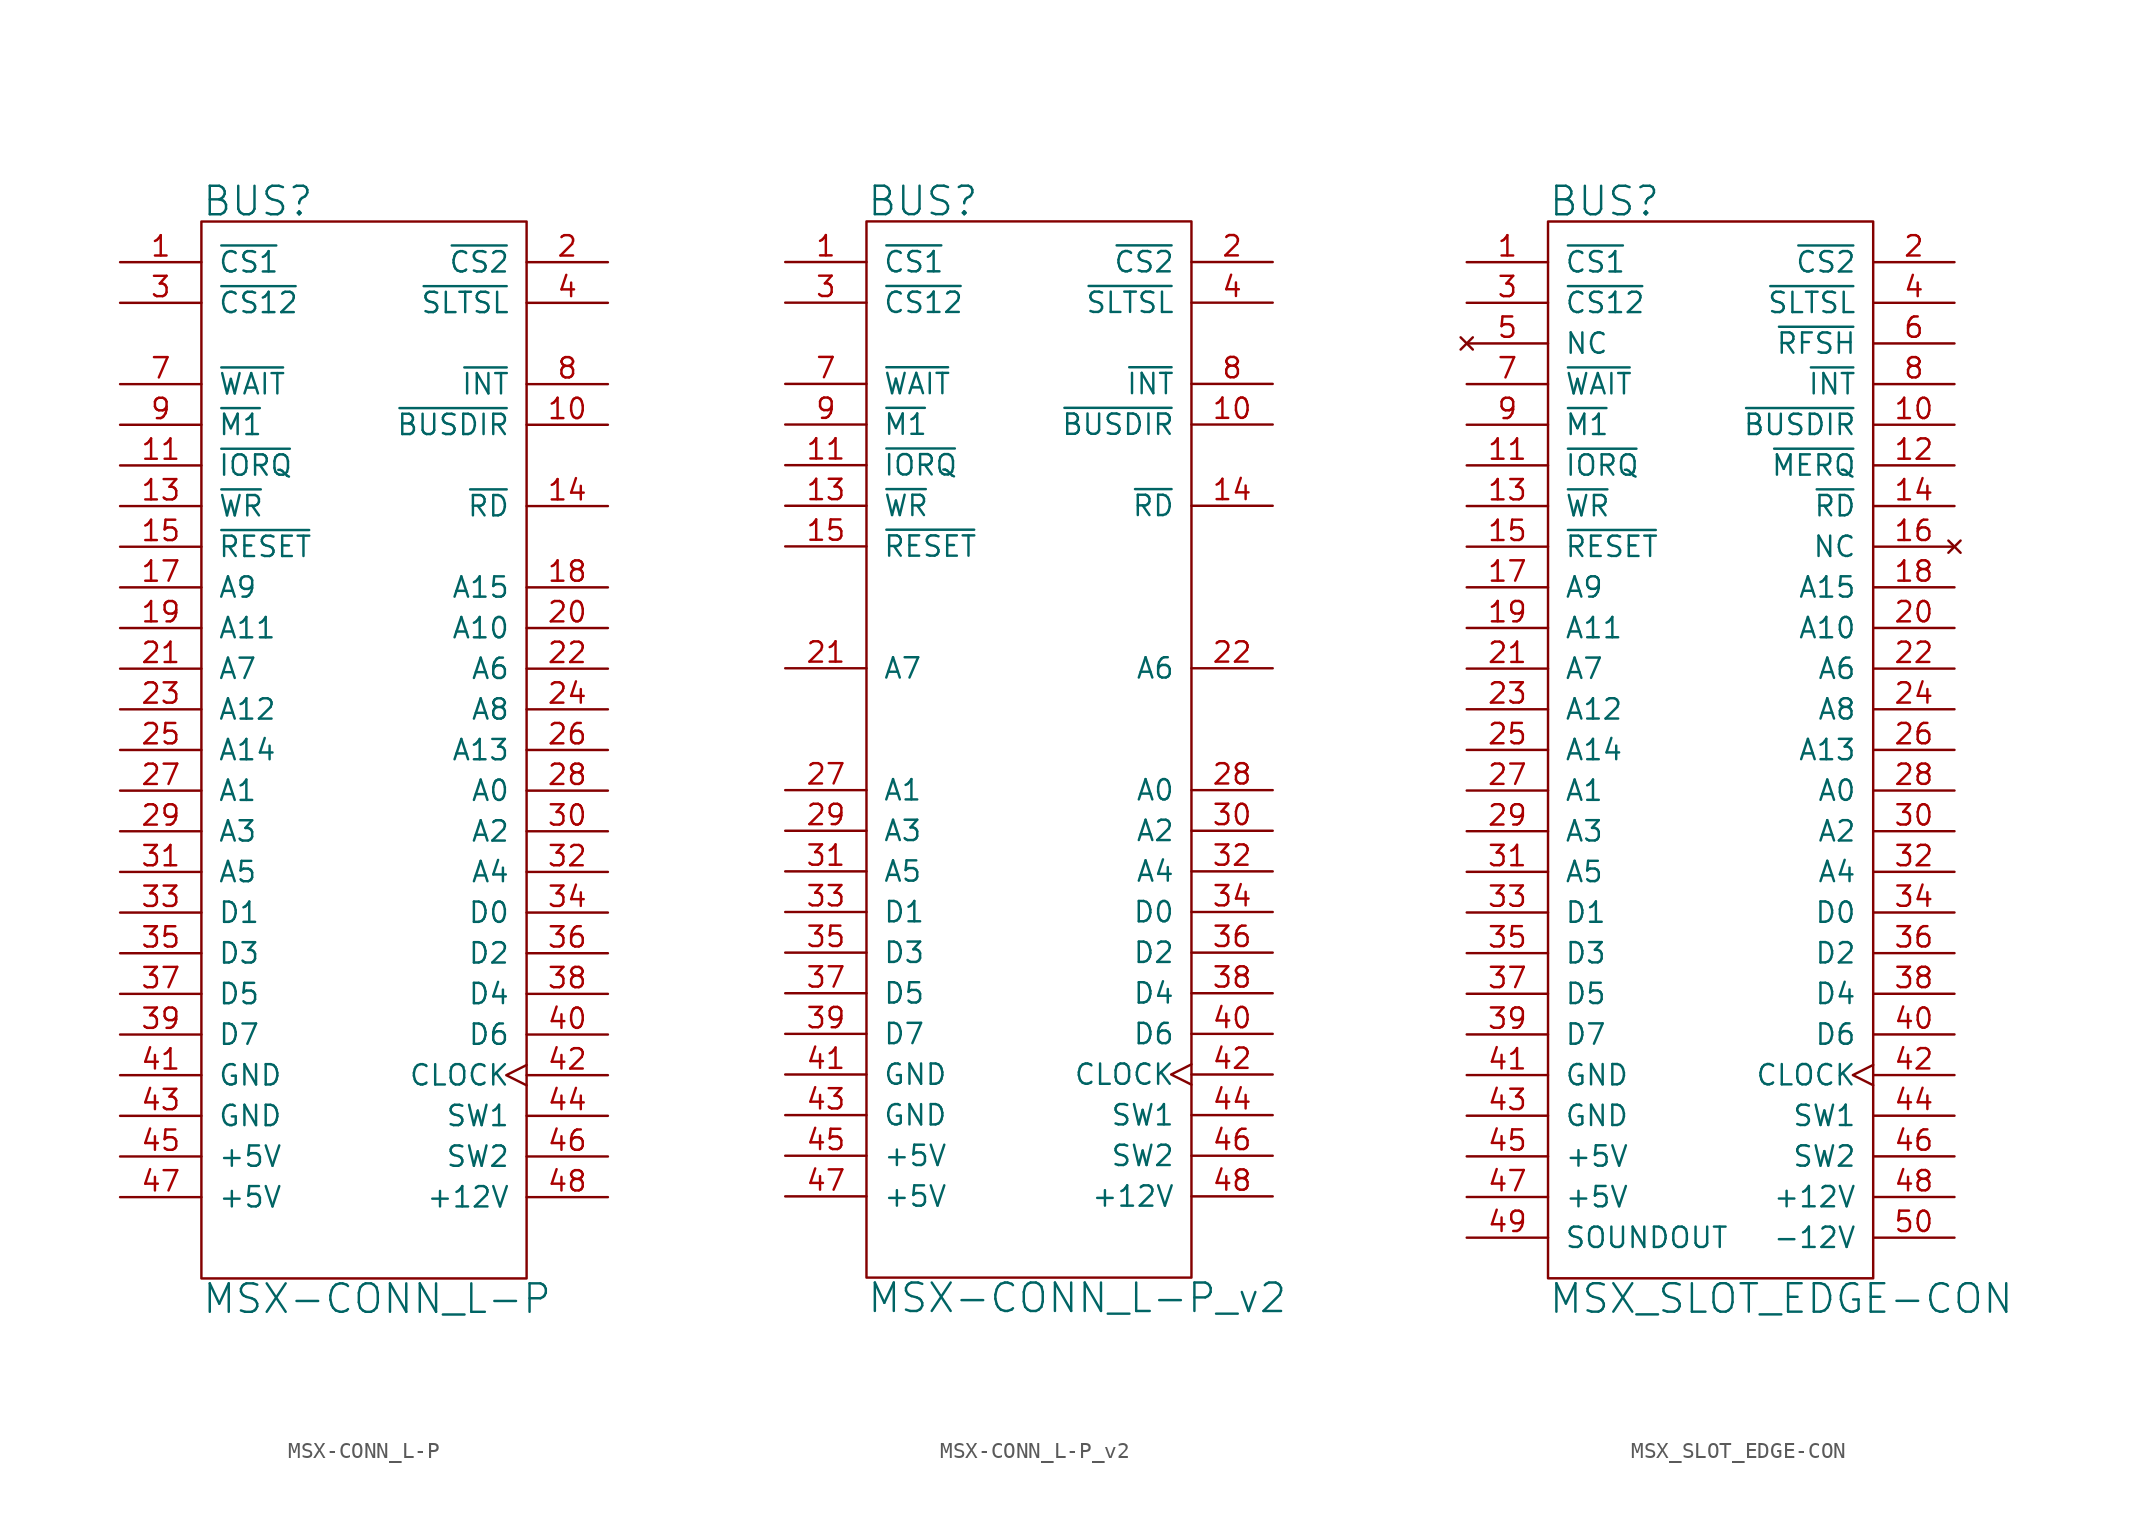
<source format=kicad_sym>
(kicad_symbol_lib
  (version 20211014)
  (generator kicad_symbol_editor)
  (symbol "MSX-CONN_L-P"
    (pin_names
      (offset 1.016))
    (property "Reference" "BUS"
      (at -10.16 34.29 0)
      (effects (font (size 1.778 1.778)) (justify left)))
    (property "Value" "MSX-CONN_L-P"
      (at -10.16 -34.29 0)
      (effects (font (size 1.778 1.778)) (justify left)))
    (symbol "MSX-CONN_L-P_0_1"
      (rectangle (start -10.16 -33.02) (end 10.16 33.02) (stroke (width 0) (type default) (color 0 0 0 0)) (fill (type none))))
    (symbol "MSX-CONN_L-P_1_1"
      (pin output line (at -15.24 30.48 0) (length 5.08) (name "~{CS1}" (effects (font (size 1.27 1.27)))) (number "1" (effects (font (size 1.27 1.27)))))
      (pin output line (at 15.24 20.32 180) (length 5.08) (name "~{BUSDIR}" (effects (font (size 1.27 1.27)))) (number "10" (effects (font (size 1.27 1.27)))))
      (pin output line (at -15.24 17.78 0) (length 5.08) (name "~{IORQ}" (effects (font (size 1.27 1.27)))) (number "11" (effects (font (size 1.27 1.27)))))
      (pin output line (at -15.24 15.24 0) (length 5.08) (name "~{WR}" (effects (font (size 1.27 1.27)))) (number "13" (effects (font (size 1.27 1.27)))))
      (pin output line (at 15.24 15.24 180) (length 5.08) (name "~{RD}" (effects (font (size 1.27 1.27)))) (number "14" (effects (font (size 1.27 1.27)))))
      (pin output line (at -15.24 12.7 0) (length 5.08) (name "~{RESET}" (effects (font (size 1.27 1.27)))) (number "15" (effects (font (size 1.27 1.27)))))
      (pin output line (at -15.24 10.16 0) (length 5.08) (name "A9" (effects (font (size 1.27 1.27)))) (number "17" (effects (font (size 1.27 1.27)))))
      (pin output line (at 15.24 10.16 180) (length 5.08) (name "A15" (effects (font (size 1.27 1.27)))) (number "18" (effects (font (size 1.27 1.27)))))
      (pin output line (at -15.24 7.62 0) (length 5.08) (name "A11" (effects (font (size 1.27 1.27)))) (number "19" (effects (font (size 1.27 1.27)))))
      (pin output line (at 15.24 30.48 180) (length 5.08) (name "~{CS2}" (effects (font (size 1.27 1.27)))) (number "2" (effects (font (size 1.27 1.27)))))
      (pin output line (at 15.24 7.62 180) (length 5.08) (name "A10" (effects (font (size 1.27 1.27)))) (number "20" (effects (font (size 1.27 1.27)))))
      (pin output line (at -15.24 5.08 0) (length 5.08) (name "A7" (effects (font (size 1.27 1.27)))) (number "21" (effects (font (size 1.27 1.27)))))
      (pin output line (at 15.24 5.08 180) (length 5.08) (name "A6" (effects (font (size 1.27 1.27)))) (number "22" (effects (font (size 1.27 1.27)))))
      (pin output line (at -15.24 2.54 0) (length 5.08) (name "A12" (effects (font (size 1.27 1.27)))) (number "23" (effects (font (size 1.27 1.27)))))
      (pin output line (at 15.24 2.54 180) (length 5.08) (name "A8" (effects (font (size 1.27 1.27)))) (number "24" (effects (font (size 1.27 1.27)))))
      (pin output line (at -15.24 0 0) (length 5.08) (name "A14" (effects (font (size 1.27 1.27)))) (number "25" (effects (font (size 1.27 1.27)))))
      (pin output line (at 15.24 0 180) (length 5.08) (name "A13" (effects (font (size 1.27 1.27)))) (number "26" (effects (font (size 1.27 1.27)))))
      (pin output line (at -15.24 -2.54 0) (length 5.08) (name "A1" (effects (font (size 1.27 1.27)))) (number "27" (effects (font (size 1.27 1.27)))))
      (pin output line (at 15.24 -2.54 180) (length 5.08) (name "A0" (effects (font (size 1.27 1.27)))) (number "28" (effects (font (size 1.27 1.27)))))
      (pin output line (at -15.24 -5.08 0) (length 5.08) (name "A3" (effects (font (size 1.27 1.27)))) (number "29" (effects (font (size 1.27 1.27)))))
      (pin output line (at -15.24 27.94 0) (length 5.08) (name "~{CS12}" (effects (font (size 1.27 1.27)))) (number "3" (effects (font (size 1.27 1.27)))))
      (pin output line (at 15.24 -5.08 180) (length 5.08) (name "A2" (effects (font (size 1.27 1.27)))) (number "30" (effects (font (size 1.27 1.27)))))
      (pin output line (at -15.24 -7.62 0) (length 5.08) (name "A5" (effects (font (size 1.27 1.27)))) (number "31" (effects (font (size 1.27 1.27)))))
      (pin output line (at 15.24 -7.62 180) (length 5.08) (name "A4" (effects (font (size 1.27 1.27)))) (number "32" (effects (font (size 1.27 1.27)))))
      (pin tri_state line (at -15.24 -10.16 0) (length 5.08) (name "D1" (effects (font (size 1.27 1.27)))) (number "33" (effects (font (size 1.27 1.27)))))
      (pin tri_state line (at 15.24 -10.16 180) (length 5.08) (name "D0" (effects (font (size 1.27 1.27)))) (number "34" (effects (font (size 1.27 1.27)))))
      (pin tri_state line (at -15.24 -12.7 0) (length 5.08) (name "D3" (effects (font (size 1.27 1.27)))) (number "35" (effects (font (size 1.27 1.27)))))
      (pin tri_state line (at 15.24 -12.7 180) (length 5.08) (name "D2~{}" (effects (font (size 1.27 1.27)))) (number "36" (effects (font (size 1.27 1.27)))))
      (pin tri_state line (at -15.24 -15.24 0) (length 5.08) (name "D5" (effects (font (size 1.27 1.27)))) (number "37" (effects (font (size 1.27 1.27)))))
      (pin tri_state line (at 15.24 -15.24 180) (length 5.08) (name "D4" (effects (font (size 1.27 1.27)))) (number "38" (effects (font (size 1.27 1.27)))))
      (pin tri_state line (at -15.24 -17.78 0) (length 5.08) (name "D7" (effects (font (size 1.27 1.27)))) (number "39" (effects (font (size 1.27 1.27)))))
      (pin output line (at 15.24 27.94 180) (length 5.08) (name "~{SLTSL}" (effects (font (size 1.27 1.27)))) (number "4" (effects (font (size 1.27 1.27)))))
      (pin tri_state line (at 15.24 -17.78 180) (length 5.08) (name "D6" (effects (font (size 1.27 1.27)))) (number "40" (effects (font (size 1.27 1.27)))))
      (pin power_in line (at -15.24 -20.32 0) (length 5.08) (name "GND" (effects (font (size 1.27 1.27)))) (number "41" (effects (font (size 1.27 1.27)))))
      (pin output clock (at 15.24 -20.32 180) (length 5.08) (name "CLOCK" (effects (font (size 1.27 1.27)))) (number "42" (effects (font (size 1.27 1.27)))))
      (pin power_in line (at -15.24 -22.86 0) (length 5.08) (name "GND" (effects (font (size 1.27 1.27)))) (number "43" (effects (font (size 1.27 1.27)))))
      (pin passive line (at 15.24 -22.86 180) (length 5.08) (name "SW1" (effects (font (size 1.27 1.27)))) (number "44" (effects (font (size 1.27 1.27)))))
      (pin power_in line (at -15.24 -25.4 0) (length 5.08) (name "+5V" (effects (font (size 1.27 1.27)))) (number "45" (effects (font (size 1.27 1.27)))))
      (pin passive line (at 15.24 -25.4 180) (length 5.08) (name "SW2" (effects (font (size 1.27 1.27)))) (number "46" (effects (font (size 1.27 1.27)))))
      (pin power_in line (at -15.24 -27.94 0) (length 5.08) (name "+5V" (effects (font (size 1.27 1.27)))) (number "47" (effects (font (size 1.27 1.27)))))
      (pin power_in line (at 15.24 -27.94 180) (length 5.08) (name "+12V" (effects (font (size 1.27 1.27)))) (number "48" (effects (font (size 1.27 1.27)))))
      (pin input line (at -15.24 22.86 0) (length 5.08) (name "~{WAIT}" (effects (font (size 1.27 1.27)))) (number "7" (effects (font (size 1.27 1.27)))))
      (pin open_collector line (at 15.24 22.86 180) (length 5.08) (name "~{INT}" (effects (font (size 1.27 1.27)))) (number "8" (effects (font (size 1.27 1.27)))))
      (pin output line (at -15.24 20.32 0) (length 5.08) (name "~{M1}" (effects (font (size 1.27 1.27)))) (number "9" (effects (font (size 1.27 1.27)))))))
  (symbol "MSX-CONN_L-P_v2"
    (pin_names
      (offset 1.016))
    (property "Reference" "BUS"
      (at -10.16 34.29 0)
      (effects (font (size 1.778 1.778)) (justify left)))
    (property "Value" "MSX-CONN_L-P_v2"
      (at -10.16 -34.29 0)
      (effects (font (size 1.778 1.778)) (justify left)))
    (symbol "MSX-CONN_L-P_v2_0_1"
      (rectangle (start -10.16 -33.02) (end 10.16 33.02) (stroke (width 0) (type default) (color 0 0 0 0)) (fill (type none))))
    (symbol "MSX-CONN_L-P_v2_1_1"
      (pin output line (at -15.24 30.48 0) (length 5.08) (name "~{CS1}" (effects (font (size 1.27 1.27)))) (number "1" (effects (font (size 1.27 1.27)))))
      (pin output line (at 15.24 20.32 180) (length 5.08) (name "~{BUSDIR}" (effects (font (size 1.27 1.27)))) (number "10" (effects (font (size 1.27 1.27)))))
      (pin output line (at -15.24 17.78 0) (length 5.08) (name "~{IORQ}" (effects (font (size 1.27 1.27)))) (number "11" (effects (font (size 1.27 1.27)))))
      (pin output line (at -15.24 15.24 0) (length 5.08) (name "~{WR}" (effects (font (size 1.27 1.27)))) (number "13" (effects (font (size 1.27 1.27)))))
      (pin output line (at 15.24 15.24 180) (length 5.08) (name "~{RD}" (effects (font (size 1.27 1.27)))) (number "14" (effects (font (size 1.27 1.27)))))
      (pin output line (at -15.24 12.7 0) (length 5.08) (name "~{RESET}" (effects (font (size 1.27 1.27)))) (number "15" (effects (font (size 1.27 1.27)))))
      (pin output line (at 15.24 30.48 180) (length 5.08) (name "~{CS2}" (effects (font (size 1.27 1.27)))) (number "2" (effects (font (size 1.27 1.27)))))
      (pin output line (at -15.24 5.08 0) (length 5.08) (name "A7" (effects (font (size 1.27 1.27)))) (number "21" (effects (font (size 1.27 1.27)))))
      (pin output line (at 15.24 5.08 180) (length 5.08) (name "A6" (effects (font (size 1.27 1.27)))) (number "22" (effects (font (size 1.27 1.27)))))
      (pin output line (at -15.24 -2.54 0) (length 5.08) (name "A1" (effects (font (size 1.27 1.27)))) (number "27" (effects (font (size 1.27 1.27)))))
      (pin output line (at 15.24 -2.54 180) (length 5.08) (name "A0" (effects (font (size 1.27 1.27)))) (number "28" (effects (font (size 1.27 1.27)))))
      (pin output line (at -15.24 -5.08 0) (length 5.08) (name "A3" (effects (font (size 1.27 1.27)))) (number "29" (effects (font (size 1.27 1.27)))))
      (pin output line (at -15.24 27.94 0) (length 5.08) (name "~{CS12}" (effects (font (size 1.27 1.27)))) (number "3" (effects (font (size 1.27 1.27)))))
      (pin output line (at 15.24 -5.08 180) (length 5.08) (name "A2" (effects (font (size 1.27 1.27)))) (number "30" (effects (font (size 1.27 1.27)))))
      (pin output line (at -15.24 -7.62 0) (length 5.08) (name "A5" (effects (font (size 1.27 1.27)))) (number "31" (effects (font (size 1.27 1.27)))))
      (pin output line (at 15.24 -7.62 180) (length 5.08) (name "A4" (effects (font (size 1.27 1.27)))) (number "32" (effects (font (size 1.27 1.27)))))
      (pin tri_state line (at -15.24 -10.16 0) (length 5.08) (name "D1" (effects (font (size 1.27 1.27)))) (number "33" (effects (font (size 1.27 1.27)))))
      (pin tri_state line (at 15.24 -10.16 180) (length 5.08) (name "D0" (effects (font (size 1.27 1.27)))) (number "34" (effects (font (size 1.27 1.27)))))
      (pin tri_state line (at -15.24 -12.7 0) (length 5.08) (name "D3" (effects (font (size 1.27 1.27)))) (number "35" (effects (font (size 1.27 1.27)))))
      (pin tri_state line (at 15.24 -12.7 180) (length 5.08) (name "D2" (effects (font (size 1.27 1.27)))) (number "36" (effects (font (size 1.27 1.27)))))
      (pin tri_state line (at -15.24 -15.24 0) (length 5.08) (name "D5" (effects (font (size 1.27 1.27)))) (number "37" (effects (font (size 1.27 1.27)))))
      (pin tri_state line (at 15.24 -15.24 180) (length 5.08) (name "D4" (effects (font (size 1.27 1.27)))) (number "38" (effects (font (size 1.27 1.27)))))
      (pin tri_state line (at -15.24 -17.78 0) (length 5.08) (name "D7" (effects (font (size 1.27 1.27)))) (number "39" (effects (font (size 1.27 1.27)))))
      (pin output line (at 15.24 27.94 180) (length 5.08) (name "~{SLTSL}" (effects (font (size 1.27 1.27)))) (number "4" (effects (font (size 1.27 1.27)))))
      (pin tri_state line (at 15.24 -17.78 180) (length 5.08) (name "D6" (effects (font (size 1.27 1.27)))) (number "40" (effects (font (size 1.27 1.27)))))
      (pin power_in line (at -15.24 -20.32 0) (length 5.08) (name "GND" (effects (font (size 1.27 1.27)))) (number "41" (effects (font (size 1.27 1.27)))))
      (pin output clock (at 15.24 -20.32 180) (length 5.08) (name "CLOCK" (effects (font (size 1.27 1.27)))) (number "42" (effects (font (size 1.27 1.27)))))
      (pin power_in line (at -15.24 -22.86 0) (length 5.08) (name "GND" (effects (font (size 1.27 1.27)))) (number "43" (effects (font (size 1.27 1.27)))))
      (pin passive line (at 15.24 -22.86 180) (length 5.08) (name "SW1" (effects (font (size 1.27 1.27)))) (number "44" (effects (font (size 1.27 1.27)))))
      (pin power_in line (at -15.24 -25.4 0) (length 5.08) (name "+5V" (effects (font (size 1.27 1.27)))) (number "45" (effects (font (size 1.27 1.27)))))
      (pin passive line (at 15.24 -25.4 180) (length 5.08) (name "SW2" (effects (font (size 1.27 1.27)))) (number "46" (effects (font (size 1.27 1.27)))))
      (pin power_in line (at -15.24 -27.94 0) (length 5.08) (name "+5V" (effects (font (size 1.27 1.27)))) (number "47" (effects (font (size 1.27 1.27)))))
      (pin power_in line (at 15.24 -27.94 180) (length 5.08) (name "+12V" (effects (font (size 1.27 1.27)))) (number "48" (effects (font (size 1.27 1.27)))))
      (pin input line (at -15.24 22.86 0) (length 5.08) (name "~{WAIT}" (effects (font (size 1.27 1.27)))) (number "7" (effects (font (size 1.27 1.27)))))
      (pin open_collector line (at 15.24 22.86 180) (length 5.08) (name "~{INT}" (effects (font (size 1.27 1.27)))) (number "8" (effects (font (size 1.27 1.27)))))
      (pin output line (at -15.24 20.32 0) (length 5.08) (name "~{M1}" (effects (font (size 1.27 1.27)))) (number "9" (effects (font (size 1.27 1.27)))))))
  (symbol "MSX_SLOT_EDGE-CON"
    (pin_names
      (offset 1.016))
    (property "Reference" "BUS"
      (at -10.16 34.29 0)
      (effects (font (size 1.778 1.778)) (justify left)))
    (property "Value" "MSX_SLOT_EDGE-CON"
      (at -10.16 -34.29 0)
      (effects (font (size 1.778 1.778)) (justify left)))
    (symbol "MSX_SLOT_EDGE-CON_0_1"
      (rectangle (start -10.16 -33.02) (end 10.16 33.02) (stroke (width 0) (type default) (color 0 0 0 0)) (fill (type none))))
    (symbol "MSX_SLOT_EDGE-CON_1_1"
      (pin output line (at -15.24 30.48 0) (length 5.08) (name "~{CS1}" (effects (font (size 1.27 1.27)))) (number "1" (effects (font (size 1.27 1.27)))))
      (pin output line (at 15.24 20.32 180) (length 5.08) (name "~{BUSDIR}" (effects (font (size 1.27 1.27)))) (number "10" (effects (font (size 1.27 1.27)))))
      (pin output line (at -15.24 17.78 0) (length 5.08) (name "~{IORQ}" (effects (font (size 1.27 1.27)))) (number "11" (effects (font (size 1.27 1.27)))))
      (pin input line (at 15.24 17.78 180) (length 5.08) (name "~{MERQ}" (effects (font (size 1.27 1.27)))) (number "12" (effects (font (size 1.27 1.27)))))
      (pin output line (at -15.24 15.24 0) (length 5.08) (name "~{WR}" (effects (font (size 1.27 1.27)))) (number "13" (effects (font (size 1.27 1.27)))))
      (pin output line (at 15.24 15.24 180) (length 5.08) (name "~{RD}" (effects (font (size 1.27 1.27)))) (number "14" (effects (font (size 1.27 1.27)))))
      (pin output line (at -15.24 12.7 0) (length 5.08) (name "~{RESET}" (effects (font (size 1.27 1.27)))) (number "15" (effects (font (size 1.27 1.27)))))
      (pin no_connect line (at 15.24 12.7 180) (length 5.08) (name "NC" (effects (font (size 1.27 1.27)))) (number "16" (effects (font (size 1.27 1.27)))))
      (pin output line (at -15.24 10.16 0) (length 5.08) (name "A9" (effects (font (size 1.27 1.27)))) (number "17" (effects (font (size 1.27 1.27)))))
      (pin output line (at 15.24 10.16 180) (length 5.08) (name "A15" (effects (font (size 1.27 1.27)))) (number "18" (effects (font (size 1.27 1.27)))))
      (pin output line (at -15.24 7.62 0) (length 5.08) (name "A11" (effects (font (size 1.27 1.27)))) (number "19" (effects (font (size 1.27 1.27)))))
      (pin output line (at 15.24 30.48 180) (length 5.08) (name "~{CS2}" (effects (font (size 1.27 1.27)))) (number "2" (effects (font (size 1.27 1.27)))))
      (pin output line (at 15.24 7.62 180) (length 5.08) (name "A10" (effects (font (size 1.27 1.27)))) (number "20" (effects (font (size 1.27 1.27)))))
      (pin output line (at -15.24 5.08 0) (length 5.08) (name "A7" (effects (font (size 1.27 1.27)))) (number "21" (effects (font (size 1.27 1.27)))))
      (pin output line (at 15.24 5.08 180) (length 5.08) (name "A6" (effects (font (size 1.27 1.27)))) (number "22" (effects (font (size 1.27 1.27)))))
      (pin output line (at -15.24 2.54 0) (length 5.08) (name "A12" (effects (font (size 1.27 1.27)))) (number "23" (effects (font (size 1.27 1.27)))))
      (pin output line (at 15.24 2.54 180) (length 5.08) (name "A8" (effects (font (size 1.27 1.27)))) (number "24" (effects (font (size 1.27 1.27)))))
      (pin output line (at -15.24 0 0) (length 5.08) (name "A14" (effects (font (size 1.27 1.27)))) (number "25" (effects (font (size 1.27 1.27)))))
      (pin output line (at 15.24 0 180) (length 5.08) (name "A13" (effects (font (size 1.27 1.27)))) (number "26" (effects (font (size 1.27 1.27)))))
      (pin output line (at -15.24 -2.54 0) (length 5.08) (name "A1" (effects (font (size 1.27 1.27)))) (number "27" (effects (font (size 1.27 1.27)))))
      (pin output line (at 15.24 -2.54 180) (length 5.08) (name "A0" (effects (font (size 1.27 1.27)))) (number "28" (effects (font (size 1.27 1.27)))))
      (pin output line (at -15.24 -5.08 0) (length 5.08) (name "A3" (effects (font (size 1.27 1.27)))) (number "29" (effects (font (size 1.27 1.27)))))
      (pin output line (at -15.24 27.94 0) (length 5.08) (name "~{CS12}" (effects (font (size 1.27 1.27)))) (number "3" (effects (font (size 1.27 1.27)))))
      (pin output line (at 15.24 -5.08 180) (length 5.08) (name "A2" (effects (font (size 1.27 1.27)))) (number "30" (effects (font (size 1.27 1.27)))))
      (pin output line (at -15.24 -7.62 0) (length 5.08) (name "A5" (effects (font (size 1.27 1.27)))) (number "31" (effects (font (size 1.27 1.27)))))
      (pin output line (at 15.24 -7.62 180) (length 5.08) (name "A4" (effects (font (size 1.27 1.27)))) (number "32" (effects (font (size 1.27 1.27)))))
      (pin tri_state line (at -15.24 -10.16 0) (length 5.08) (name "D1" (effects (font (size 1.27 1.27)))) (number "33" (effects (font (size 1.27 1.27)))))
      (pin tri_state line (at 15.24 -10.16 180) (length 5.08) (name "D0" (effects (font (size 1.27 1.27)))) (number "34" (effects (font (size 1.27 1.27)))))
      (pin tri_state line (at -15.24 -12.7 0) (length 5.08) (name "D3" (effects (font (size 1.27 1.27)))) (number "35" (effects (font (size 1.27 1.27)))))
      (pin tri_state line (at 15.24 -12.7 180) (length 5.08) (name "D2~{}" (effects (font (size 1.27 1.27)))) (number "36" (effects (font (size 1.27 1.27)))))
      (pin tri_state line (at -15.24 -15.24 0) (length 5.08) (name "D5" (effects (font (size 1.27 1.27)))) (number "37" (effects (font (size 1.27 1.27)))))
      (pin tri_state line (at 15.24 -15.24 180) (length 5.08) (name "D4" (effects (font (size 1.27 1.27)))) (number "38" (effects (font (size 1.27 1.27)))))
      (pin tri_state line (at -15.24 -17.78 0) (length 5.08) (name "D7" (effects (font (size 1.27 1.27)))) (number "39" (effects (font (size 1.27 1.27)))))
      (pin output line (at 15.24 27.94 180) (length 5.08) (name "~{SLTSL}" (effects (font (size 1.27 1.27)))) (number "4" (effects (font (size 1.27 1.27)))))
      (pin tri_state line (at 15.24 -17.78 180) (length 5.08) (name "D6" (effects (font (size 1.27 1.27)))) (number "40" (effects (font (size 1.27 1.27)))))
      (pin power_in line (at -15.24 -20.32 0) (length 5.08) (name "GND" (effects (font (size 1.27 1.27)))) (number "41" (effects (font (size 1.27 1.27)))))
      (pin output clock (at 15.24 -20.32 180) (length 5.08) (name "CLOCK" (effects (font (size 1.27 1.27)))) (number "42" (effects (font (size 1.27 1.27)))))
      (pin power_in line (at -15.24 -22.86 0) (length 5.08) (name "GND" (effects (font (size 1.27 1.27)))) (number "43" (effects (font (size 1.27 1.27)))))
      (pin passive line (at 15.24 -22.86 180) (length 5.08) (name "SW1" (effects (font (size 1.27 1.27)))) (number "44" (effects (font (size 1.27 1.27)))))
      (pin power_in line (at -15.24 -25.4 0) (length 5.08) (name "+5V" (effects (font (size 1.27 1.27)))) (number "45" (effects (font (size 1.27 1.27)))))
      (pin passive line (at 15.24 -25.4 180) (length 5.08) (name "SW2" (effects (font (size 1.27 1.27)))) (number "46" (effects (font (size 1.27 1.27)))))
      (pin power_in line (at -15.24 -27.94 0) (length 5.08) (name "+5V" (effects (font (size 1.27 1.27)))) (number "47" (effects (font (size 1.27 1.27)))))
      (pin power_in line (at 15.24 -27.94 180) (length 5.08) (name "+12V" (effects (font (size 1.27 1.27)))) (number "48" (effects (font (size 1.27 1.27)))))
      (pin output line (at -15.24 -30.48 0) (length 5.08) (name "SOUNDOUT" (effects (font (size 1.27 1.27)))) (number "49" (effects (font (size 1.27 1.27)))))
      (pin no_connect line (at -15.24 25.4 0) (length 5.08) (name "NC" (effects (font (size 1.27 1.27)))) (number "5" (effects (font (size 1.27 1.27)))))
      (pin power_in line (at 15.24 -30.48 180) (length 5.08) (name "-12V" (effects (font (size 1.27 1.27)))) (number "50" (effects (font (size 1.27 1.27)))))
      (pin output line (at 15.24 25.4 180) (length 5.08) (name "~{RFSH}" (effects (font (size 1.27 1.27)))) (number "6" (effects (font (size 1.27 1.27)))))
      (pin input line (at -15.24 22.86 0) (length 5.08) (name "~{WAIT}" (effects (font (size 1.27 1.27)))) (number "7" (effects (font (size 1.27 1.27)))))
      (pin open_collector line (at 15.24 22.86 180) (length 5.08) (name "~{INT}" (effects (font (size 1.27 1.27)))) (number "8" (effects (font (size 1.27 1.27)))))
      (pin output line (at -15.24 20.32 0) (length 5.08) (name "~{M1}" (effects (font (size 1.27 1.27)))) (number "9" (effects (font (size 1.27 1.27))))))))
</source>
